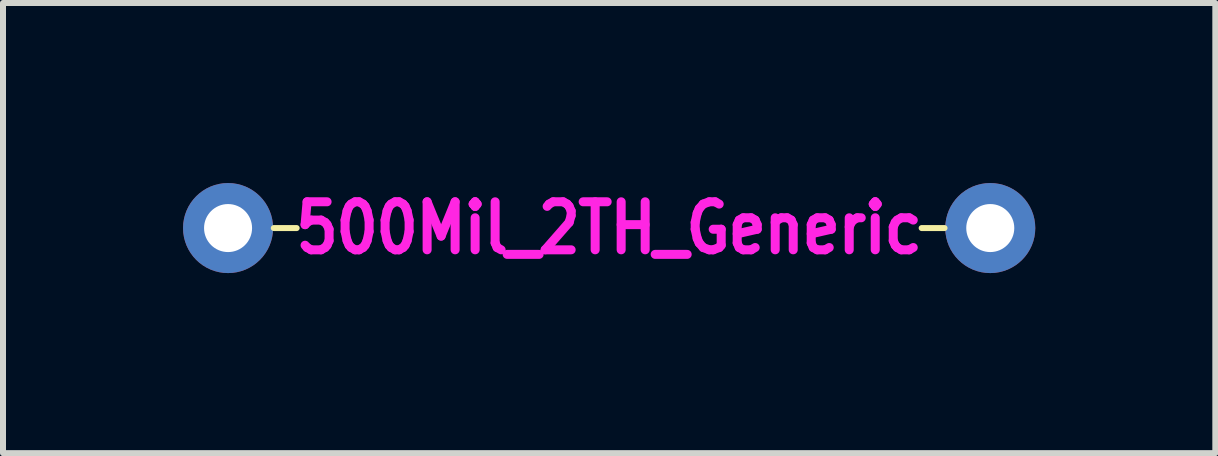
<source format=kicad_pcb>
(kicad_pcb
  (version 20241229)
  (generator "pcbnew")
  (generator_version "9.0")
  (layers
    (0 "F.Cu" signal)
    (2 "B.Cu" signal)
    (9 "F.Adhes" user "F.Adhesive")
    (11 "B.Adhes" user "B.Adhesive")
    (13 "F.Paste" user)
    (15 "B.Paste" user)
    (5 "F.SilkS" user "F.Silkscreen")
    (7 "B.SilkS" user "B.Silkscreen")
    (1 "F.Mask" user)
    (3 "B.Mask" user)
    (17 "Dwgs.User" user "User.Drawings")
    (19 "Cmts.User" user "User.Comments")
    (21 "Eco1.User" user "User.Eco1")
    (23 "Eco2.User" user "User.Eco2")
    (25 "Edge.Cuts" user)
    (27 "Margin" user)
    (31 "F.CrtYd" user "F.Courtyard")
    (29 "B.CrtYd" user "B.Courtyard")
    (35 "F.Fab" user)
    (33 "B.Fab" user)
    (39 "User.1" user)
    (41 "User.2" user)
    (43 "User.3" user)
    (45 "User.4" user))
  (footprint "500Mil_2TH_Generic"
    (placed yes)
    (layer "F.Cu")
    (at 0.75 0.75)
    (property "Reference" "500Mil_2TH_Generic" (at 6.35 0 0) (layer "F.CrtYd") (effects (font (size 0.8 0.7) (thickness 0.15))))
    (attr through_hole)
    (fp_line (start 0.762 0) (end 1.143 0) (stroke (width 0.1) (type solid)) (layer "F.SilkS"))
    (fp_line (start 11.938 0) (end 11.557 0) (stroke (width 0.1) (type solid)) (layer "F.SilkS"))
    (pad "1" thru_hole circle (at 0 0) (size 1.5 1.5) (drill 0.8) (layers "*.Cu" "*.Mask"))
    (pad "2" thru_hole circle (at 12.7 0) (size 1.5 1.5) (drill 0.8) (layers "*.Cu" "*.Mask")))
  (gr_rect
    (start -3 -3)
    (end 17.2 4.5)
    (stroke (width 0.1) (type default))
    (fill no)
    (layer "Edge.Cuts")))
</source>
